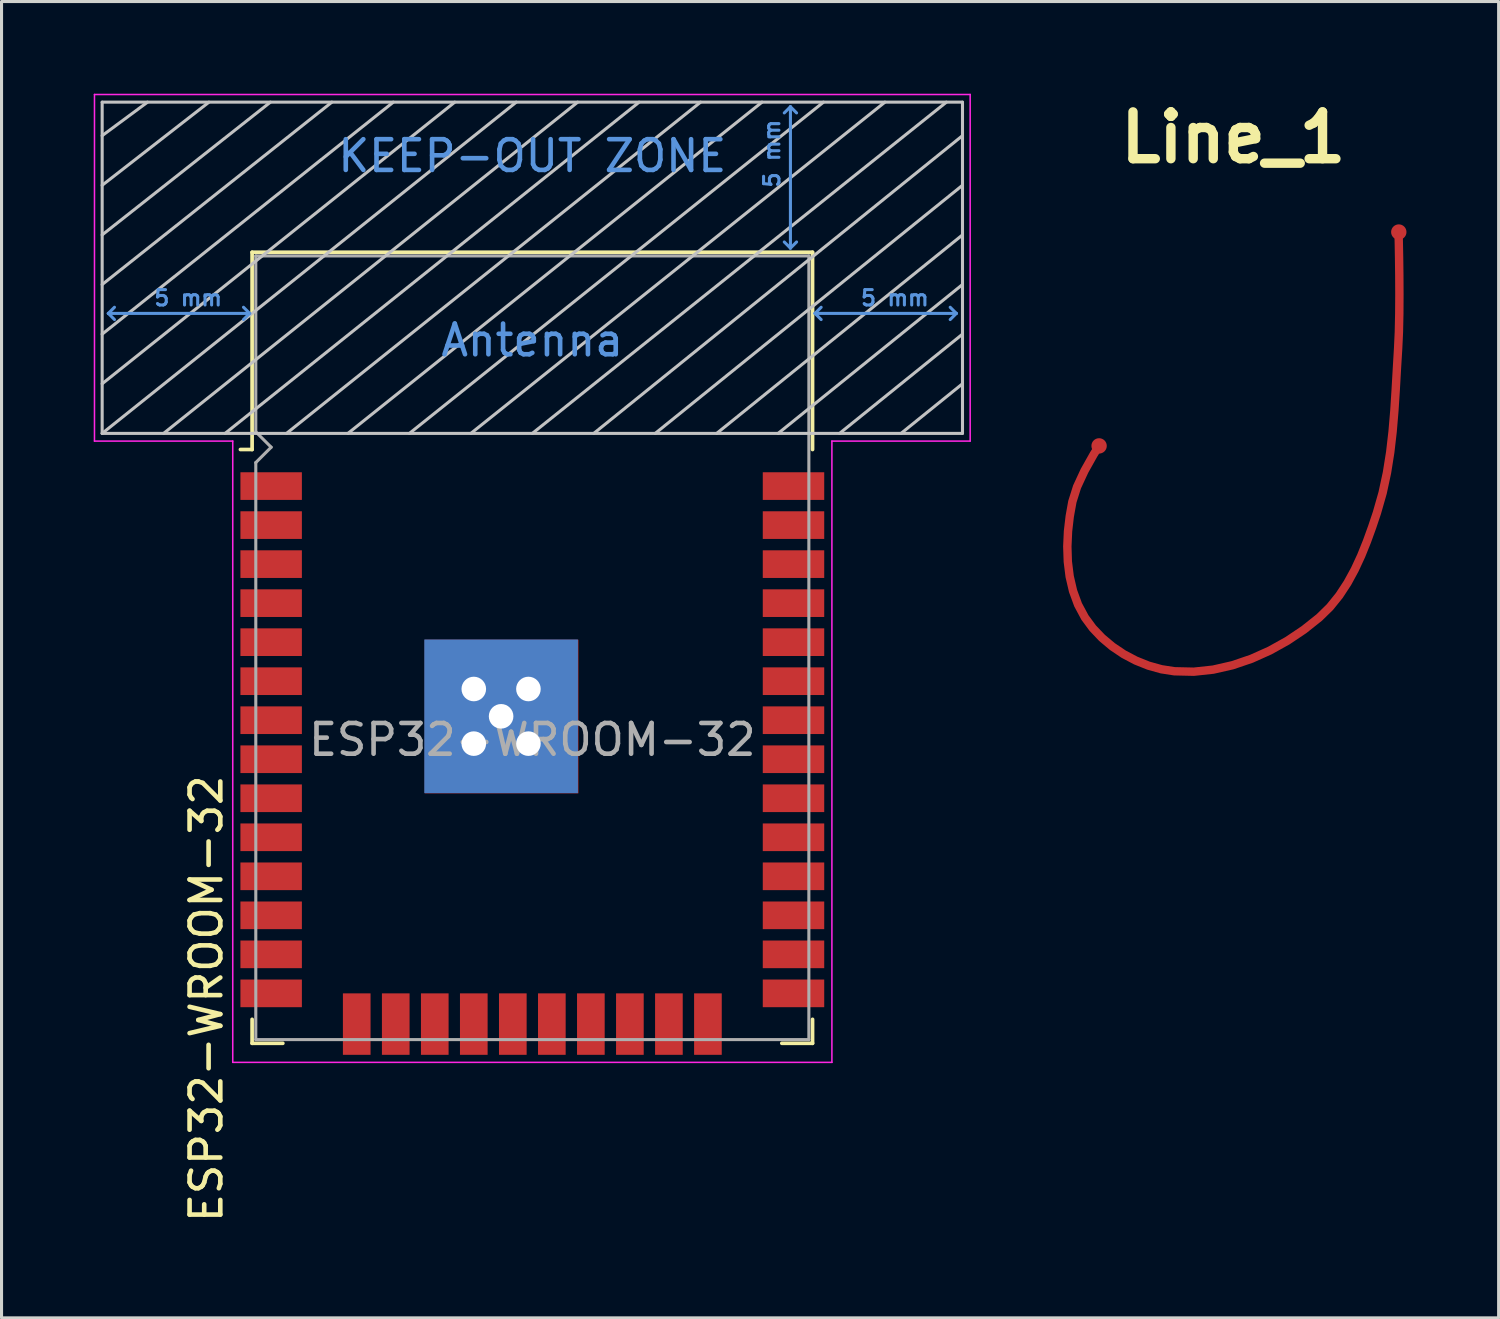
<source format=kicad_pcb>
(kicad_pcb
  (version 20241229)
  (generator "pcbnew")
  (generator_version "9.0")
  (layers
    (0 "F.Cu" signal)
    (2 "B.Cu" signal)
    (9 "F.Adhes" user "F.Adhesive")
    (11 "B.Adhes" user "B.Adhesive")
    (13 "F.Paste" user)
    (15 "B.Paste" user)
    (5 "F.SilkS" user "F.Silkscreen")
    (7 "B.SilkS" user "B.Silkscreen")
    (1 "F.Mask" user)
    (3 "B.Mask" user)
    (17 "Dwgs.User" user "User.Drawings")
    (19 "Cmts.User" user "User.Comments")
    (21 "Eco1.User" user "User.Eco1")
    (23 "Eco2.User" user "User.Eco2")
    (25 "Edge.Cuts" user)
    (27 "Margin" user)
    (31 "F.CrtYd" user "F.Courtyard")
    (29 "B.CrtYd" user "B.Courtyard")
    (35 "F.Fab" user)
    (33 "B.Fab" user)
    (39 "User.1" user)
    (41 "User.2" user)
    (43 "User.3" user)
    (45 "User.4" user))
  (footprint "ESP32-WROOM-32"
    (layer "F.Cu")
    (at 14.275 21.025)
    (property "Reference" "ESP32-WROOM-32" (at -10.61 8.43 90) (layer "F.SilkS") (effects (font (size 1 1) (thickness 0.15))))
    (attr smd)
    (fp_line (start -9.12 -15.865) (end -9.12 -9.445) (stroke (width 0.12) (type solid)) (layer "F.SilkS"))
    (fp_line (start -9.12 -15.865) (end 9.12 -15.865) (stroke (width 0.12) (type solid)) (layer "F.SilkS"))
    (fp_line (start -9.12 -9.445) (end -9.5 -9.445) (stroke (width 0.12) (type solid)) (layer "F.SilkS"))
    (fp_line (start -9.12 9.1) (end -9.12 9.88) (stroke (width 0.12) (type solid)) (layer "F.SilkS"))
    (fp_line (start -9.12 9.88) (end -8.12 9.88) (stroke (width 0.12) (type solid)) (layer "F.SilkS"))
    (fp_line (start 9.12 -15.865) (end 9.12 -9.445) (stroke (width 0.12) (type solid)) (layer "F.SilkS"))
    (fp_line (start 9.12 9.1) (end 9.12 9.88) (stroke (width 0.12) (type solid)) (layer "F.SilkS"))
    (fp_line (start 9.12 9.88) (end 8.12 9.88) (stroke (width 0.12) (type solid)) (layer "F.SilkS"))
    (fp_line (start -14 -9.97) (end -14 -20.75) (stroke (width 0.1) (type solid)) (layer "Dwgs.User"))
    (fp_line (start -12.525 -20.75) (end -14 -19.66) (stroke (width 0.1) (type solid)) (layer "Dwgs.User"))
    (fp_line (start -10.525 -20.75) (end -14 -18.045) (stroke (width 0.1) (type solid)) (layer "Dwgs.User"))
    (fp_line (start -8.525 -20.75) (end -14 -16.43) (stroke (width 0.1) (type solid)) (layer "Dwgs.User"))
    (fp_line (start -8 -9.97) (end 5.475 -20.75) (stroke (width 0.1) (type solid)) (layer "Dwgs.User"))
    (fp_line (start -6.525 -20.75) (end -14 -14.815) (stroke (width 0.1) (type solid)) (layer "Dwgs.User"))
    (fp_line (start -4.525 -20.75) (end -14 -13.2) (stroke (width 0.1) (type solid)) (layer "Dwgs.User"))
    (fp_line (start -2.525 -20.75) (end -14 -11.585) (stroke (width 0.1) (type solid)) (layer "Dwgs.User"))
    (fp_line (start -0.525 -20.75) (end -14 -9.97) (stroke (width 0.1) (type solid)) (layer "Dwgs.User"))
    (fp_line (start 1.475 -20.75) (end -12 -9.97) (stroke (width 0.1) (type solid)) (layer "Dwgs.User"))
    (fp_line (start 3.475 -20.75) (end -10 -9.97) (stroke (width 0.1) (type solid)) (layer "Dwgs.User"))
    (fp_line (start 7.475 -20.75) (end -6 -9.97) (stroke (width 0.1) (type solid)) (layer "Dwgs.User"))
    (fp_line (start 9.475 -20.75) (end -4 -9.97) (stroke (width 0.1) (type solid)) (layer "Dwgs.User"))
    (fp_line (start 11.475 -20.75) (end -2 -9.97) (stroke (width 0.1) (type solid)) (layer "Dwgs.User"))
    (fp_line (start 13.475 -20.75) (end 0 -9.97) (stroke (width 0.1) (type solid)) (layer "Dwgs.User"))
    (fp_line (start 14 -20.75) (end -14 -20.75) (stroke (width 0.1) (type solid)) (layer "Dwgs.User"))
    (fp_line (start 14 -19.66) (end 2 -9.97) (stroke (width 0.1) (type solid)) (layer "Dwgs.User"))
    (fp_line (start 14 -18.045) (end 4 -9.97) (stroke (width 0.1) (type solid)) (layer "Dwgs.User"))
    (fp_line (start 14 -16.43) (end 6 -9.97) (stroke (width 0.1) (type solid)) (layer "Dwgs.User"))
    (fp_line (start 14 -14.815) (end 8 -9.97) (stroke (width 0.1) (type solid)) (layer "Dwgs.User"))
    (fp_line (start 14 -13.2) (end 10 -9.97) (stroke (width 0.1) (type solid)) (layer "Dwgs.User"))
    (fp_line (start 14 -11.585) (end 12 -9.97) (stroke (width 0.1) (type solid)) (layer "Dwgs.User"))
    (fp_line (start 14 -9.97) (end -14 -9.97) (stroke (width 0.1) (type solid)) (layer "Dwgs.User"))
    (fp_line (start 14 -9.97) (end 14 -20.75) (stroke (width 0.1) (type solid)) (layer "Dwgs.User"))
    (fp_line (start -13.8 -13.875) (end -13.6 -14.075) (stroke (width 0.1) (type solid)) (layer "Cmts.User"))
    (fp_line (start -13.8 -13.875) (end -13.6 -13.675) (stroke (width 0.1) (type solid)) (layer "Cmts.User"))
    (fp_line (start -13.8 -13.875) (end -9.2 -13.875) (stroke (width 0.1) (type solid)) (layer "Cmts.User"))
    (fp_line (start -9.2 -13.875) (end -9.4 -14.075) (stroke (width 0.1) (type solid)) (layer "Cmts.User"))
    (fp_line (start -9.2 -13.875) (end -9.4 -13.675) (stroke (width 0.1) (type solid)) (layer "Cmts.User"))
    (fp_line (start 8.4 -20.6) (end 8.2 -20.4) (stroke (width 0.1) (type solid)) (layer "Cmts.User"))
    (fp_line (start 8.4 -20.6) (end 8.6 -20.4) (stroke (width 0.1) (type solid)) (layer "Cmts.User"))
    (fp_line (start 8.4 -16) (end 8.2 -16.2) (stroke (width 0.1) (type solid)) (layer "Cmts.User"))
    (fp_line (start 8.4 -16) (end 8.4 -20.6) (stroke (width 0.1) (type solid)) (layer "Cmts.User"))
    (fp_line (start 8.4 -16) (end 8.6 -16.2) (stroke (width 0.1) (type solid)) (layer "Cmts.User"))
    (fp_line (start 9.2 -13.875) (end 9.4 -14.075) (stroke (width 0.1) (type solid)) (layer "Cmts.User"))
    (fp_line (start 9.2 -13.875) (end 9.4 -13.675) (stroke (width 0.1) (type solid)) (layer "Cmts.User"))
    (fp_line (start 9.2 -13.875) (end 13.8 -13.875) (stroke (width 0.1) (type solid)) (layer "Cmts.User"))
    (fp_line (start 13.8 -13.875) (end 13.6 -14.075) (stroke (width 0.1) (type solid)) (layer "Cmts.User"))
    (fp_line (start 13.8 -13.875) (end 13.6 -13.675) (stroke (width 0.1) (type solid)) (layer "Cmts.User"))
    (fp_line (start -14.25 -21) (end -14.25 -9.72) (stroke (width 0.05) (type solid)) (layer "F.CrtYd"))
    (fp_line (start -14.25 -21) (end 14.25 -21) (stroke (width 0.05) (type solid)) (layer "F.CrtYd"))
    (fp_line (start -14.25 -9.72) (end -9.75 -9.72) (stroke (width 0.05) (type solid)) (layer "F.CrtYd"))
    (fp_line (start -9.75 10.5) (end -9.75 -9.72) (stroke (width 0.05) (type solid)) (layer "F.CrtYd"))
    (fp_line (start -9.75 10.5) (end 9.75 10.5) (stroke (width 0.05) (type solid)) (layer "F.CrtYd"))
    (fp_line (start 9.75 -9.72) (end 9.75 10.5) (stroke (width 0.05) (type solid)) (layer "F.CrtYd"))
    (fp_line (start 9.75 -9.72) (end 14.25 -9.72) (stroke (width 0.05) (type solid)) (layer "F.CrtYd"))
    (fp_line (start 14.25 -21) (end 14.25 -9.72) (stroke (width 0.05) (type solid)) (layer "F.CrtYd"))
    (fp_line (start -9 -15.745) (end -9 -10.02) (stroke (width 0.1) (type solid)) (layer "F.Fab"))
    (fp_line (start -9 -15.745) (end 9 -15.745) (stroke (width 0.1) (type solid)) (layer "F.Fab"))
    (fp_line (start -9 -9.02) (end -9 9.76) (stroke (width 0.1) (type solid)) (layer "F.Fab"))
    (fp_line (start -9 -9.02) (end -8.5 -9.52) (stroke (width 0.1) (type solid)) (layer "F.Fab"))
    (fp_line (start -9 9.76) (end 9 9.76) (stroke (width 0.1) (type solid)) (layer "F.Fab"))
    (fp_line (start -8.5 -9.52) (end -9 -10.02) (stroke (width 0.1) (type solid)) (layer "F.Fab"))
    (fp_line (start 9 9.76) (end 9 -15.745) (stroke (width 0.1) (type solid)) (layer "F.Fab"))
    (fp_text user "5 mm" (at 11.8 -14.375 0) (layer "Cmts.User") (effects (font (size 0.5 0.5) (thickness 0.1))))
    (fp_text user "5 mm" (at 7.8 -19.075 90) (layer "Cmts.User") (effects (font (size 0.5 0.5) (thickness 0.1))))
    (fp_text user "Antenna" (at 0 -13 0) (layer "Cmts.User") (effects (font (size 1 1) (thickness 0.15))))
    (fp_text user "KEEP-OUT ZONE" (at 0 -19 0) (layer "Cmts.User") (effects (font (size 1 1) (thickness 0.15))))
    (fp_text user "5 mm" (at -11.2 -14.375 0) (layer "Cmts.User") (effects (font (size 0.5 0.5) (thickness 0.1))))
    (fp_text user "${REFERENCE}" (at 0 0 0) (layer "F.Fab") (effects (font (size 1 1) (thickness 0.15))))
    (pad "1" smd rect (at -8.5 -8.255) (size 2 0.9) (layers "F.Cu" "F.Mask" "F.Paste"))
    (pad "2" smd rect (at -8.5 -6.985) (size 2 0.9) (layers "F.Cu" "F.Mask" "F.Paste"))
    (pad "3" smd rect (at -8.5 -5.715) (size 2 0.9) (layers "F.Cu" "F.Mask" "F.Paste"))
    (pad "4" smd rect (at -8.5 -4.445) (size 2 0.9) (layers "F.Cu" "F.Mask" "F.Paste"))
    (pad "5" smd rect (at -8.5 -3.175) (size 2 0.9) (layers "F.Cu" "F.Mask" "F.Paste"))
    (pad "6" smd rect (at -8.5 -1.905) (size 2 0.9) (layers "F.Cu" "F.Mask" "F.Paste"))
    (pad "7" smd rect (at -8.5 -0.635) (size 2 0.9) (layers "F.Cu" "F.Mask" "F.Paste"))
    (pad "8" smd rect (at -8.5 0.635) (size 2 0.9) (layers "F.Cu" "F.Mask" "F.Paste"))
    (pad "9" smd rect (at -8.5 1.905) (size 2 0.9) (layers "F.Cu" "F.Mask" "F.Paste"))
    (pad "10" smd rect (at -8.5 3.175) (size 2 0.9) (layers "F.Cu" "F.Mask" "F.Paste"))
    (pad "11" smd rect (at -8.5 4.445) (size 2 0.9) (layers "F.Cu" "F.Mask" "F.Paste"))
    (pad "12" smd rect (at -8.5 5.715) (size 2 0.9) (layers "F.Cu" "F.Mask" "F.Paste"))
    (pad "13" smd rect (at -8.5 6.985) (size 2 0.9) (layers "F.Cu" "F.Mask" "F.Paste"))
    (pad "14" smd rect (at -8.5 8.255) (size 2 0.9) (layers "F.Cu" "F.Mask" "F.Paste"))
    (pad "15" smd rect (at -5.715 9.255 90) (size 2 0.9) (layers "F.Cu" "F.Mask" "F.Paste"))
    (pad "16" smd rect (at -4.445 9.255 90) (size 2 0.9) (layers "F.Cu" "F.Mask" "F.Paste"))
    (pad "17" smd rect (at -3.175 9.255 90) (size 2 0.9) (layers "F.Cu" "F.Mask" "F.Paste"))
    (pad "18" smd rect (at -1.905 9.255 90) (size 2 0.9) (layers "F.Cu" "F.Mask" "F.Paste"))
    (pad "19" smd rect (at -0.635 9.255 90) (size 2 0.9) (layers "F.Cu" "F.Mask" "F.Paste"))
    (pad "20" smd rect (at 0.635 9.255 90) (size 2 0.9) (layers "F.Cu" "F.Mask" "F.Paste"))
    (pad "21" smd rect (at 1.905 9.255 90) (size 2 0.9) (layers "F.Cu" "F.Mask" "F.Paste"))
    (pad "22" smd rect (at 3.175 9.255 90) (size 2 0.9) (layers "F.Cu" "F.Mask" "F.Paste"))
    (pad "23" smd rect (at 4.445 9.255 90) (size 2 0.9) (layers "F.Cu" "F.Mask" "F.Paste"))
    (pad "24" smd rect (at 5.715 9.255 90) (size 2 0.9) (layers "F.Cu" "F.Mask" "F.Paste"))
    (pad "25" smd rect (at 8.5 8.255) (size 2 0.9) (layers "F.Cu" "F.Mask" "F.Paste"))
    (pad "26" smd rect (at 8.5 6.985) (size 2 0.9) (layers "F.Cu" "F.Mask" "F.Paste"))
    (pad "27" smd rect (at 8.5 5.715) (size 2 0.9) (layers "F.Cu" "F.Mask" "F.Paste"))
    (pad "28" smd rect (at 8.5 4.445) (size 2 0.9) (layers "F.Cu" "F.Mask" "F.Paste"))
    (pad "29" smd rect (at 8.5 3.175) (size 2 0.9) (layers "F.Cu" "F.Mask" "F.Paste"))
    (pad "30" smd rect (at 8.5 1.905) (size 2 0.9) (layers "F.Cu" "F.Mask" "F.Paste"))
    (pad "31" smd rect (at 8.5 0.635) (size 2 0.9) (layers "F.Cu" "F.Mask" "F.Paste"))
    (pad "32" smd rect (at 8.5 -0.635) (size 2 0.9) (layers "F.Cu" "F.Mask" "F.Paste"))
    (pad "33" smd rect (at 8.5 -1.905) (size 2 0.9) (layers "F.Cu" "F.Mask" "F.Paste"))
    (pad "34" smd rect (at 8.5 -3.175) (size 2 0.9) (layers "F.Cu" "F.Mask" "F.Paste"))
    (pad "35" smd rect (at 8.5 -4.445) (size 2 0.9) (layers "F.Cu" "F.Mask" "F.Paste"))
    (pad "36" smd rect (at 8.5 -5.715) (size 2 0.9) (layers "F.Cu" "F.Mask" "F.Paste"))
    (pad "37" smd rect (at 8.5 -6.985) (size 2 0.9) (layers "F.Cu" "F.Mask" "F.Paste"))
    (pad "38" smd rect (at 8.5 -8.255) (size 2 0.9) (layers "F.Cu" "F.Mask" "F.Paste"))
    (pad "39" thru_hole circle (at -1.905 -1.651) (size 1.2 1.2) (drill 0.8) (layers "*.Cu" "*.Mask"))
    (pad "39" thru_hole circle (at -1.905 0.127) (size 1.2 1.2) (drill 0.8) (layers "*.Cu" "*.Mask"))
    (pad "39" thru_hole circle (at -1.016 -0.762) (size 1.2 1.2) (drill 0.8) (layers "*.Cu" "*.Mask"))
    (pad "39" smd rect (at -1.016 -0.762) (size 5 5) (layers "B.Cu" "B.Mask" "B.Paste"))
    (pad "39" smd rect (at -1 -0.755) (size 5 5) (layers "F.Cu" "F.Mask" "F.Paste"))
    (pad "39" thru_hole circle (at -0.127 -1.651) (size 1.2 1.2) (drill 0.8) (layers "*.Cu" "*.Mask"))
    (pad "39" thru_hole circle (at -0.127 0.127) (size 1.2 1.2) (drill 0.8) (layers "*.Cu" "*.Mask")))
  (footprint "Line_1"
    (layer "F.Cu")
    (at 37.09 11.716)
    (property "Reference" "Line_1" (at 0 -10.29 0) (layer "F.SilkS") (effects (font (size 1.524 1.524) (thickness 0.305))))
    (attr smd)
    (fp_poly (pts (xy 5.513 -7.242) (xy 5.516 -7.13) (xy 5.522 -6.824) (xy 5.531 -6.37) (xy 5.538 -5.811) (xy 5.541 -5.192) (xy 5.538 -4.559) (xy 5.525 -3.954) (xy 5.5 -3.422) (xy 5.459 -2.748) (xy 5.421 -2.07) (xy 5.377 -1.39) (xy 5.32 -0.71) (xy 5.242 -0.032) (xy 5.135 0.641) (xy 4.992 1.306) (xy 4.804 1.963) (xy 4.647 2.431) (xy 4.476 2.903) (xy 4.287 3.372) (xy 4.074 3.832) (xy 3.833 4.275) (xy 3.558 4.695) (xy 3.244 5.084) (xy 2.885 5.435) (xy 2.378 5.838) (xy 1.83 6.205) (xy 1.248 6.529) (xy 0.639 6.802) (xy 0.01 7.016) (xy -0.633 7.162) (xy -1.282 7.232) (xy -1.93 7.217) (xy -2.37 7.149) (xy -2.806 7.027) (xy -3.231 6.857) (xy -3.638 6.642) (xy -4.019 6.386) (xy -4.369 6.092) (xy -4.68 5.764) (xy -4.945 5.405) (xy -5.178 4.97) (xy -5.348 4.506) (xy -5.461 4.021) (xy -5.523 3.522) (xy -5.54 3.017) (xy -5.517 2.513) (xy -5.459 2.016) (xy -5.373 1.535) (xy -5.214 1.03) (xy -4.966 0.494) (xy -4.663 -0.046) (xy -4.462 -0.366) (xy -4.234 -0.215) (xy -4.429 0.095) (xy -4.723 0.62) (xy -4.96 1.131) (xy -5.105 1.591) (xy -5.189 2.057) (xy -5.244 2.535) (xy -5.266 3.02) (xy -5.251 3.502) (xy -5.192 3.974) (xy -5.086 4.429) (xy -4.929 4.859) (xy -4.715 5.258) (xy -4.472 5.589) (xy -4.182 5.893) (xy -3.856 6.167) (xy -3.498 6.408) (xy -3.116 6.609) (xy -2.719 6.769) (xy -2.312 6.882) (xy -1.905 6.945) (xy -1.294 6.959) (xy -0.678 6.893) (xy -0.065 6.753) (xy 0.539 6.548) (xy 1.126 6.285) (xy 1.688 5.972) (xy 2.217 5.617) (xy 2.707 5.228) (xy 3.041 4.901) (xy 3.337 4.534) (xy 3.598 4.136) (xy 3.831 3.71) (xy 4.037 3.265) (xy 4.221 2.807) (xy 4.389 2.342) (xy 4.544 1.879) (xy 4.726 1.241) (xy 4.866 0.591) (xy 4.971 -0.069) (xy 5.048 -0.737) (xy 5.105 -1.41) (xy 5.148 -2.086) (xy 5.148 -2.087) (xy 5.187 -2.764) (xy 5.227 -3.44) (xy 5.251 -3.963) (xy 5.264 -4.562) (xy 5.268 -5.192) (xy 5.265 -5.808) (xy 5.265 -5.809) (xy 5.258 -6.365) (xy 5.25 -6.818) (xy 5.243 -7.123) (xy 5.243 -7.123) (xy 5.24 -7.234) (xy 5.513 -7.242)) (stroke (width 0) (type solid)) (fill yes) (layer "F.Cu"))
    (pad "1" connect circle (at -4.369 -0.254) (size 0.5 0.5) (layers "F.Cu" "F.Mask"))
    (pad "1" connect circle (at 5.385 -7.214) (size 0.5 0.5) (layers "F.Cu" "F.Mask")))
  (gr_rect
    (start -3 -3)
    (end 45.724 39.842)
    (stroke (width 0.1) (type default))
    (fill no)
    (layer "Edge.Cuts")))
</source>
